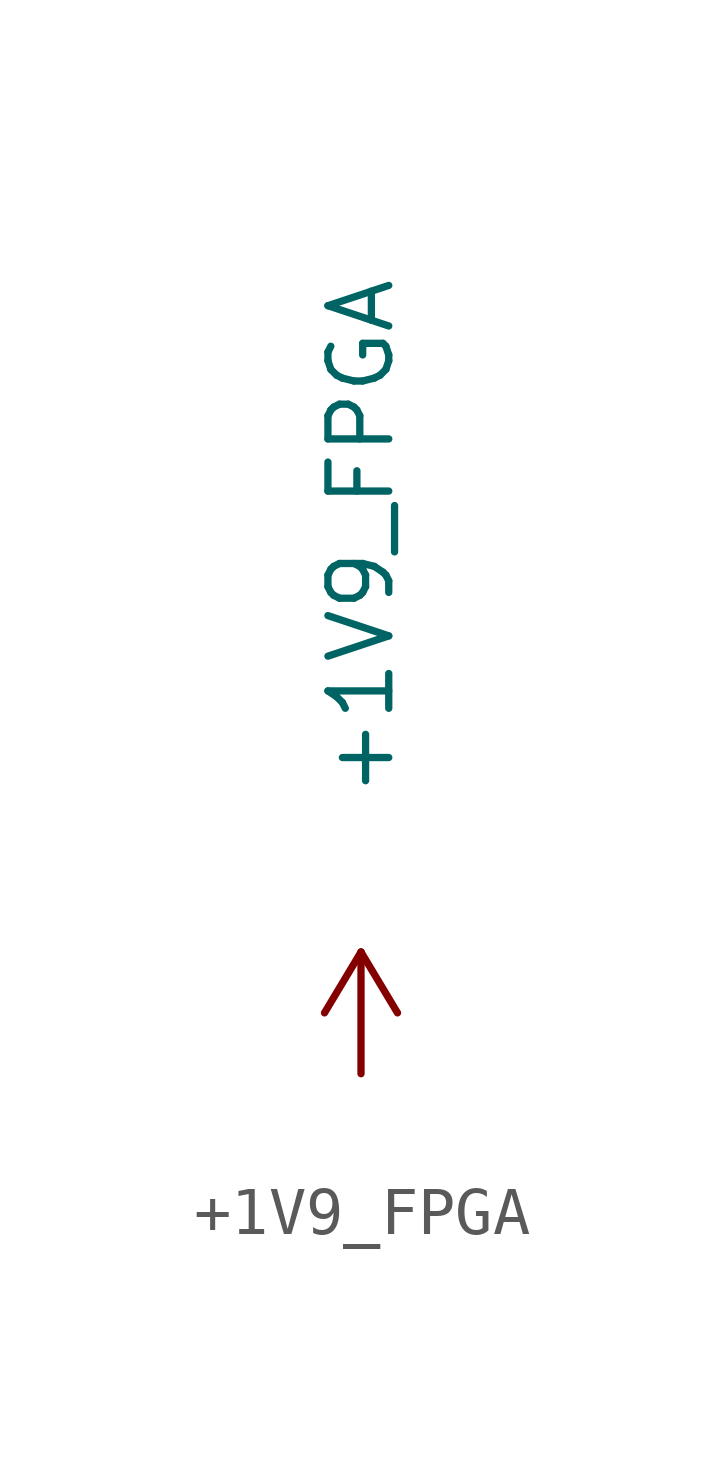
<source format=kicad_sym>
(kicad_symbol_lib
  (version 20211014)
  (generator kicad_symbol_editor)
  (symbol "+1V9_FPGA"
    (power)
    (pin_names
      (offset 0))
    (property "Reference" "#PWR0136"
      (at 0 -3.81 0)
      (effects (font (size 1.27 1.27)) hide))
    (property "Value" "+1V9_FPGA"
      (at 0 5.715 90)
      (effects (font (size 1.27 1.27)) (justify left)))
    (symbol "+1V9_FPGA_0_1"
      (polyline (pts (xy -0.762 1.27) (xy 0 2.54)) (stroke (width 0) (type default) (color 0 0 0 0)) (fill (type none)))
      (polyline (pts (xy 0 0) (xy 0 2.54)) (stroke (width 0) (type default) (color 0 0 0 0)) (fill (type none)))
      (polyline (pts (xy 0 2.54) (xy 0.762 1.27)) (stroke (width 0) (type default) (color 0 0 0 0)) (fill (type none))))
    (symbol "+1V9_FPGA_1_1"
      (pin power_in line (at 0 0 90) (length 0) hide (name "+1V9_FPGA" (effects (font (size 1.27 1.27)))) (number "1" (effects (font (size 1.27 1.27))))))))
</source>
